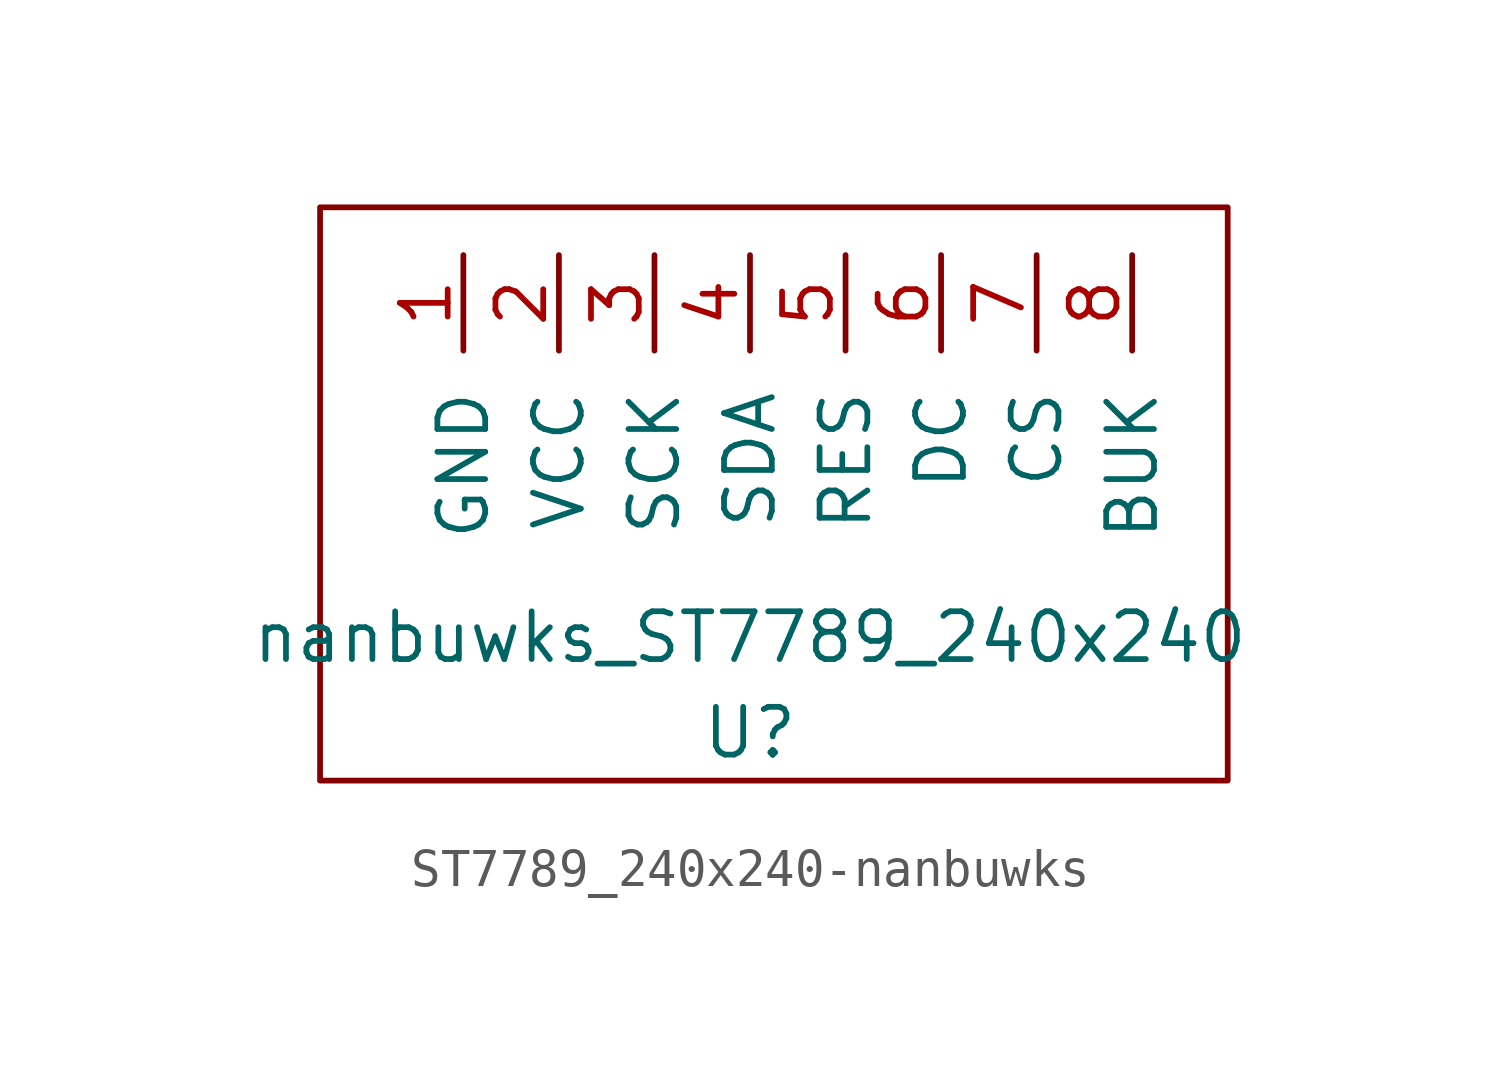
<source format=kicad_sym>
(kicad_symbol_lib
  (version 20231120)
  (generator "kicad_symbol_editor")
  (generator_version "8.0")
  (symbol "ST7789_240x240-nanbuwks"
    (pin_names
      (offset 1.016))
    (property "Reference" "U"
      (at 0 1.27 0)
      (effects (font (size 1.27 1.27))))
    (property "Value" "nanbuwks_ST7789_240x240"
      (at 0 3.81 0)
      (effects (font (size 1.27 1.27))))
    (symbol "ST7789_240x240-nanbuwks_0_1"
      (rectangle (start -11.43 15.24) (end 12.7 0) (stroke (width 0) (type solid)) (fill (type none))))
    (symbol "ST7789_240x240-nanbuwks_1_1"
      (pin power_out line (at -7.62 13.97 270) (length 2.54) (name "GND" (effects (font (size 1.27 1.27)))) (number "1" (effects (font (size 1.27 1.27)))))
      (pin power_in line (at -5.08 13.97 270) (length 2.54) (name "VCC" (effects (font (size 1.27 1.27)))) (number "2" (effects (font (size 1.27 1.27)))))
      (pin input line (at -2.54 13.97 270) (length 2.54) (name "SCK" (effects (font (size 1.27 1.27)))) (number "3" (effects (font (size 1.27 1.27)))))
      (pin input line (at 0 13.97 270) (length 2.54) (name "SDA" (effects (font (size 1.27 1.27)))) (number "4" (effects (font (size 1.27 1.27)))))
      (pin input line (at 2.54 13.97 270) (length 2.54) (name "RES" (effects (font (size 1.27 1.27)))) (number "5" (effects (font (size 1.27 1.27)))))
      (pin input line (at 5.08 13.97 270) (length 2.54) (name "DC" (effects (font (size 1.27 1.27)))) (number "6" (effects (font (size 1.27 1.27)))))
      (pin input line (at 7.62 13.97 270) (length 2.54) (name "CS" (effects (font (size 1.27 1.27)))) (number "7" (effects (font (size 1.27 1.27)))))
      (pin input line (at 10.16 13.97 270) (length 2.54) (name "BUK" (effects (font (size 1.27 1.27)))) (number "8" (effects (font (size 1.27 1.27))))))))
</source>
